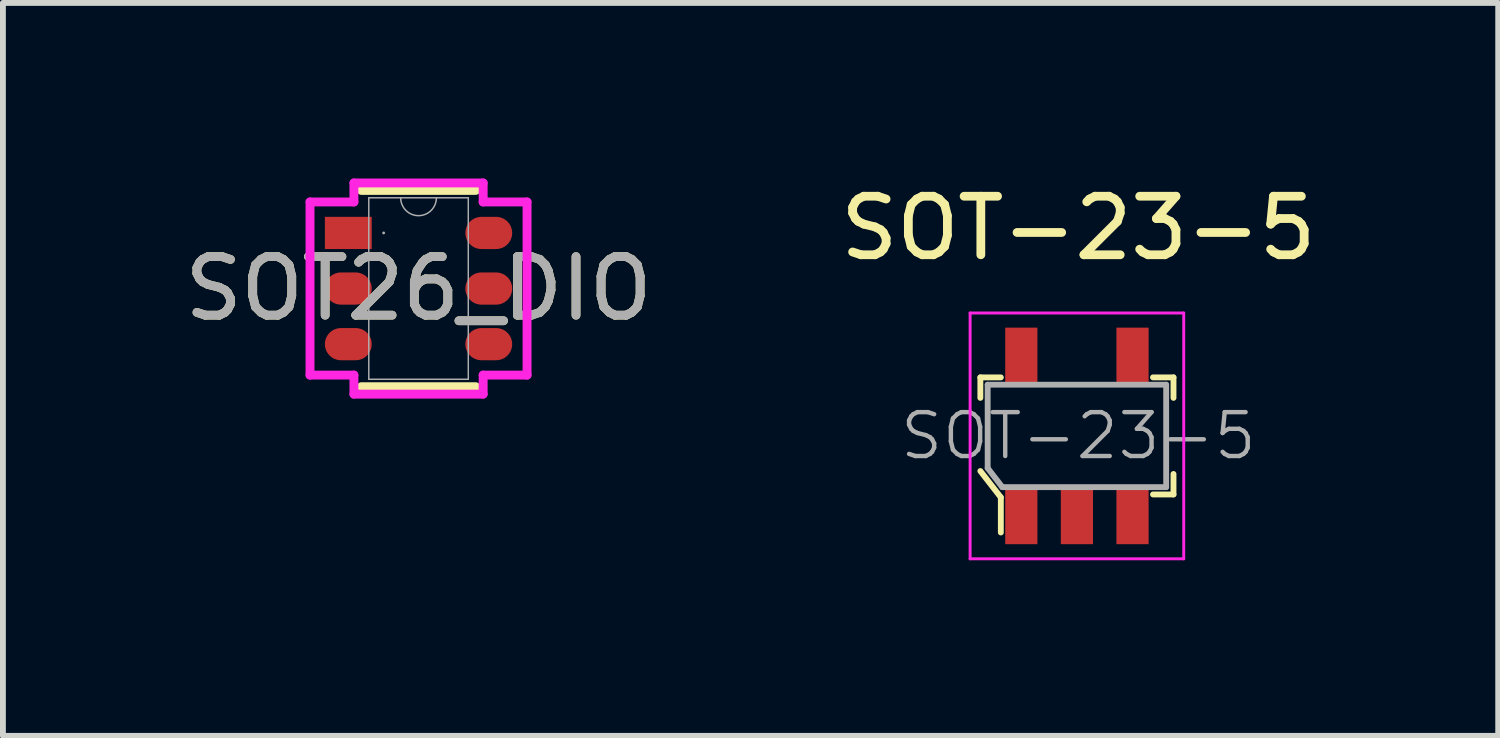
<source format=kicad_pcb>
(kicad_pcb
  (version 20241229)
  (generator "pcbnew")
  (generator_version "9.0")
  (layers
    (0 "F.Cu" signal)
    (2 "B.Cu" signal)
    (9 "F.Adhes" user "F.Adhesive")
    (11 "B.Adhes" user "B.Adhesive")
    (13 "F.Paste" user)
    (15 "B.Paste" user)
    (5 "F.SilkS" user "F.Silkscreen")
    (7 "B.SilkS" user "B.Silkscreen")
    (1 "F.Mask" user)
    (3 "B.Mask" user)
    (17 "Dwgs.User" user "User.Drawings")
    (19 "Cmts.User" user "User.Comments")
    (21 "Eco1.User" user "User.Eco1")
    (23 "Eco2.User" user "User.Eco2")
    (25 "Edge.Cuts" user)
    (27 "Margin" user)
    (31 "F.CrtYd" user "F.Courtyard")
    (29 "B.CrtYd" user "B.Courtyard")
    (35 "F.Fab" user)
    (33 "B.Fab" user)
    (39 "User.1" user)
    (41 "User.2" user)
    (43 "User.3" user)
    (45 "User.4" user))
  (footprint "SOT26_DIO"
    (layer "F.Cu")
    (at 4.101 1.88)
    (property "Reference" "SOT26_DIO" (at 0 0 0) (unlocked yes) (layer "F.SilkS") (effects (font (size 1 1) (thickness 0.15))))
    (attr smd)
    (fp_line (start -0.977 1.677) (end 0.977 1.677) (stroke (width 0.152) (type solid)) (layer "F.SilkS"))
    (fp_line (start 0.977 -1.677) (end -0.977 -1.677) (stroke (width 0.152) (type solid)) (layer "F.SilkS"))
    (fp_line (start -1.854 -1.479) (end -1.104 -1.479) (stroke (width 0.152) (type solid)) (layer "F.CrtYd"))
    (fp_line (start -1.854 1.479) (end -1.854 -1.479) (stroke (width 0.152) (type solid)) (layer "F.CrtYd"))
    (fp_line (start -1.854 1.479) (end -1.104 1.479) (stroke (width 0.152) (type solid)) (layer "F.CrtYd"))
    (fp_line (start -1.104 -1.804) (end 1.104 -1.804) (stroke (width 0.152) (type solid)) (layer "F.CrtYd"))
    (fp_line (start -1.104 -1.479) (end -1.104 -1.804) (stroke (width 0.152) (type solid)) (layer "F.CrtYd"))
    (fp_line (start -1.104 1.804) (end -1.104 1.479) (stroke (width 0.152) (type solid)) (layer "F.CrtYd"))
    (fp_line (start 1.104 -1.804) (end 1.104 -1.479) (stroke (width 0.152) (type solid)) (layer "F.CrtYd"))
    (fp_line (start 1.104 1.479) (end 1.104 1.804) (stroke (width 0.152) (type solid)) (layer "F.CrtYd"))
    (fp_line (start 1.104 1.804) (end -1.104 1.804) (stroke (width 0.152) (type solid)) (layer "F.CrtYd"))
    (fp_line (start 1.854 -1.479) (end 1.104 -1.479) (stroke (width 0.152) (type solid)) (layer "F.CrtYd"))
    (fp_line (start 1.854 -1.479) (end 1.854 1.479) (stroke (width 0.152) (type solid)) (layer "F.CrtYd"))
    (fp_line (start 1.854 1.479) (end 1.104 1.479) (stroke (width 0.152) (type solid)) (layer "F.CrtYd"))
    (fp_line (start -0.85 -1.55) (end -0.85 1.55) (stroke (width 0.025) (type solid)) (layer "F.Fab"))
    (fp_line (start -0.85 1.55) (end 0.85 1.55) (stroke (width 0.025) (type solid)) (layer "F.Fab"))
    (fp_line (start 0.85 -1.55) (end -0.85 -1.55) (stroke (width 0.025) (type solid)) (layer "F.Fab"))
    (fp_line (start 0.85 1.55) (end 0.85 -1.55) (stroke (width 0.025) (type solid)) (layer "F.Fab"))
    (fp_arc (start 0.3048 -1.549999) (mid 0 -1.245199) (end -0.3048 -1.549999) (stroke (width 0.0254) (type solid)) (layer "F.Fab"))
    (fp_circle (center -0.596 -0.95) (end -0.596 -0.95) (stroke (width 0.025) (type solid)) (fill no) (layer "F.Fab"))
    (fp_text user "${REFERENCE}" (at 0 0 0) (unlocked yes) (layer "F.Fab") (effects (font (size 1 1) (thickness 0.15))))
    (pad "1" smd rect (at -1.2 -0.95) (size 0.8 0.55) (layers "F.Cu" "F.Mask" "F.Paste"))
    (pad "2" smd oval (at -1.2 0) (size 0.8 0.55) (layers "F.Cu" "F.Mask" "F.Paste"))
    (pad "3" smd oval (at -1.2 0.95) (size 0.8 0.55) (layers "F.Cu" "F.Mask" "F.Paste"))
    (pad "4" smd oval (at 1.2 0.95) (size 0.8 0.55) (layers "F.Cu" "F.Mask" "F.Paste"))
    (pad "5" smd oval (at 1.2 0) (size 0.8 0.55) (layers "F.Cu" "F.Mask" "F.Paste"))
    (pad "6" smd oval (at 1.2 -0.95) (size 0.8 0.55) (layers "F.Cu" "F.Mask" "F.Paste")))
  (footprint "SOT-23-5"
    (layer "F.Cu")
    (at 15.35 4.398)
    (property "Reference" "SOT-23-5" (at 0.025 -3.55 0) (layer "F.SilkS") (effects (font (size 1 1) (thickness 0.15))))
    (attr smd)
    (fp_line (start -1.65 -1) (end -1.65 -0.65) (stroke (width 0.1) (type solid)) (layer "F.SilkS"))
    (fp_line (start -1.3 -1) (end -1.65 -1) (stroke (width 0.1) (type solid)) (layer "F.SilkS"))
    (fp_line (start -1.3 1.05) (end -1.65 0.6) (stroke (width 0.1) (type solid)) (layer "F.SilkS"))
    (fp_line (start -1.3 1.65) (end -1.3 1.05) (stroke (width 0.1) (type solid)) (layer "F.SilkS"))
    (fp_line (start 1.3 -1) (end 1.65 -1) (stroke (width 0.1) (type solid)) (layer "F.SilkS"))
    (fp_line (start 1.65 -1) (end 1.65 -0.65) (stroke (width 0.1) (type solid)) (layer "F.SilkS"))
    (fp_line (start 1.65 0.65) (end 1.65 1) (stroke (width 0.1) (type solid)) (layer "F.SilkS"))
    (fp_line (start 1.65 1) (end 1.3 1) (stroke (width 0.1) (type solid)) (layer "F.SilkS"))
    (fp_line (start -1.825 -2.1) (end 1.825 -2.1) (stroke (width 0.05) (type solid)) (layer "F.CrtYd"))
    (fp_line (start -1.825 2.1) (end -1.825 -2.1) (stroke (width 0.05) (type solid)) (layer "F.CrtYd"))
    (fp_line (start 1.825 -2.1) (end 1.825 2.1) (stroke (width 0.05) (type solid)) (layer "F.CrtYd"))
    (fp_line (start 1.825 2.1) (end -1.825 2.1) (stroke (width 0.05) (type solid)) (layer "F.CrtYd"))
    (fp_line (start -1.525 0.55) (end -1.525 -0.875) (stroke (width 0.1) (type solid)) (layer "F.Fab"))
    (fp_line (start -1.525 0.55) (end -1.275 0.875) (stroke (width 0.1) (type solid)) (layer "F.Fab"))
    (fp_line (start 1.525 -0.875) (end -1.525 -0.875) (stroke (width 0.1) (type solid)) (layer "F.Fab"))
    (fp_line (start 1.525 0.875) (end -1.275 0.875) (stroke (width 0.1) (type solid)) (layer "F.Fab"))
    (fp_line (start 1.525 0.875) (end 1.525 -0.875) (stroke (width 0.1) (type solid)) (layer "F.Fab"))
    (fp_text user "${REFERENCE}" (at 0.025 0 0) (layer "F.Fab") (effects (font (size 0.75 0.75) (thickness 0.075))))
    (pad "1" smd rect (at -0.95 1.35) (size 0.55 1) (layers "F.Cu" "F.Mask" "F.Paste"))
    (pad "2" smd rect (at 0 1.35) (size 0.55 1) (layers "F.Cu" "F.Mask" "F.Paste"))
    (pad "3" smd rect (at 0.95 1.35) (size 0.55 1) (layers "F.Cu" "F.Mask" "F.Paste"))
    (pad "4" smd rect (at 0.95 -1.35) (size 0.55 1) (layers "F.Cu" "F.Mask" "F.Paste"))
    (pad "5" smd rect (at -0.95 -1.35) (size 0.55 1) (layers "F.Cu" "F.Mask" "F.Paste")))
  (gr_rect
    (start -3 -3)
    (end 22.548 9.523)
    (stroke (width 0.1) (type default))
    (fill no)
    (layer "Edge.Cuts")))
</source>
